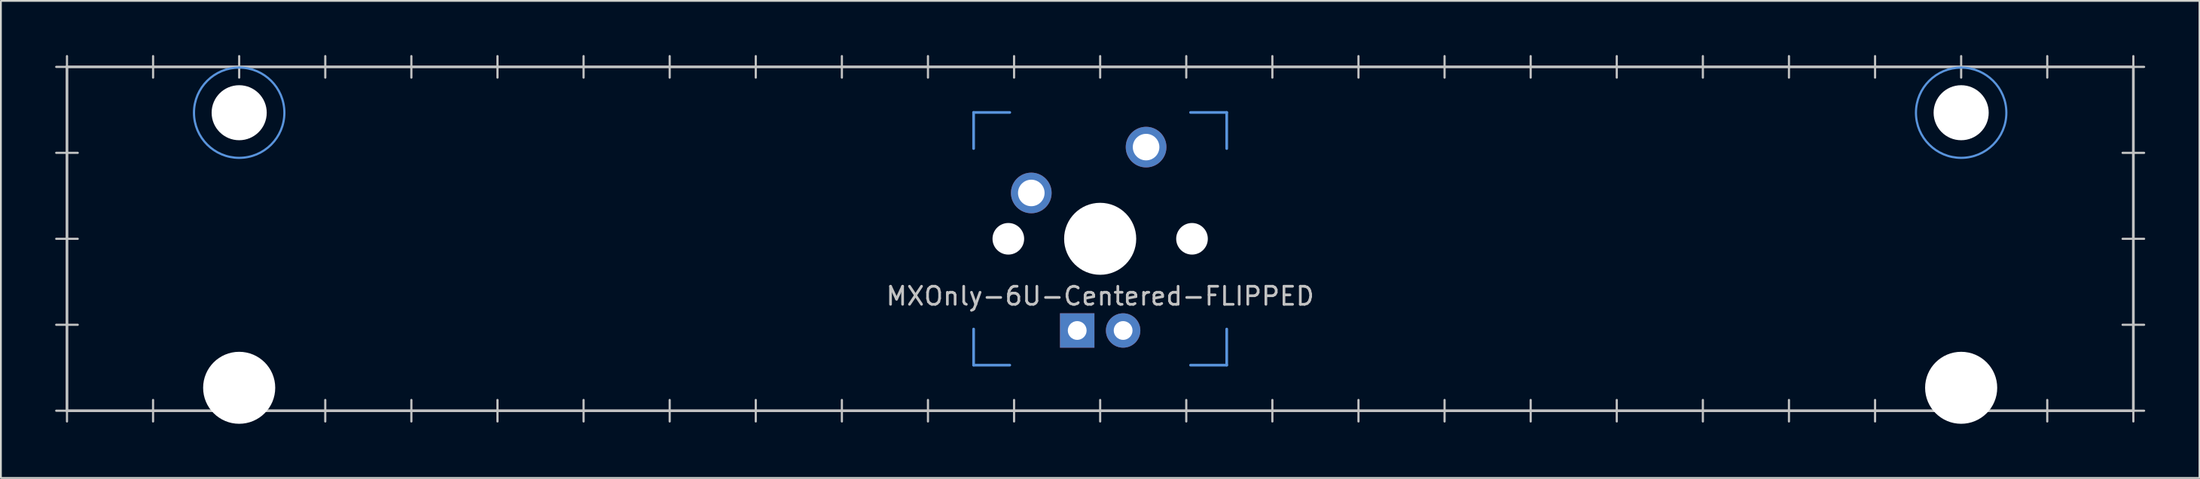
<source format=kicad_pcb>
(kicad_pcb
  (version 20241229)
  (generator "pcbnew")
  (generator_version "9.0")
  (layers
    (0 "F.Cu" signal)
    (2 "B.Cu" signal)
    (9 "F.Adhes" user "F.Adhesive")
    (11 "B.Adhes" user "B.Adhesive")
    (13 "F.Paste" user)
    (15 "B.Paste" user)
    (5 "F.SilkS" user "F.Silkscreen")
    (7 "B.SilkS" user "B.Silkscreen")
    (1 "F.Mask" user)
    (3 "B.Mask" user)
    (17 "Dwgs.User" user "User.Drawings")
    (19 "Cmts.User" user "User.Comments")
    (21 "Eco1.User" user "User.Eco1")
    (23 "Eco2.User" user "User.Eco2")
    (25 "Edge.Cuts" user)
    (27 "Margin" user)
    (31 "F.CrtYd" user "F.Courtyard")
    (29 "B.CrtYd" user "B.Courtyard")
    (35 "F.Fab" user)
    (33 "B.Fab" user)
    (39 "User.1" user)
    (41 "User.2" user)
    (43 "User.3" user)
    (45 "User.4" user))
  (footprint "MXOnly-6U-Centered-FLIPPED"
    (layer "F.Cu")
    (at 57.805 10.18)
    (property "Reference" "MXOnly-6U-Centered-FLIPPED" (at 0 3.175 0) (layer "Dwgs.User") (effects (font (size 1 1) (thickness 0.15))))
    (attr through_hole)
    (fp_line (start -57.745 -9.525) (end -57.15 -9.525) (stroke (width 0.12) (type solid)) (layer "Dwgs.User"))
    (fp_line (start -57.745 0) (end -56.555 0) (stroke (width 0.12) (type solid)) (layer "Dwgs.User"))
    (fp_line (start -57.745 4.763) (end -56.555 4.763) (stroke (width 0.12) (type solid)) (layer "Dwgs.User"))
    (fp_line (start -57.745 9.525) (end -57.15 9.525) (stroke (width 0.12) (type solid)) (layer "Dwgs.User"))
    (fp_line (start -57.15 10.12) (end -57.15 9.525) (stroke (width 0.12) (type solid)) (layer "Dwgs.User"))
    (fp_line (start -57.15 -10.12) (end -57.15 -9.525) (stroke (width 0.12) (type solid)) (layer "Dwgs.User"))
    (fp_line (start -57.15 -9.525) (end 57.15 -9.525) (stroke (width 0.15) (type solid)) (layer "Dwgs.User"))
    (fp_line (start -57.15 9.525) (end -57.15 -9.525) (stroke (width 0.15) (type solid)) (layer "Dwgs.User"))
    (fp_line (start -57.15 9.525) (end 57.15 9.525) (stroke (width 0.15) (type solid)) (layer "Dwgs.User"))
    (fp_line (start -56.555 -4.763) (end -57.745 -4.763) (stroke (width 0.12) (type solid)) (layer "Dwgs.User"))
    (fp_line (start -52.388 8.93) (end -52.388 10.12) (stroke (width 0.12) (type solid)) (layer "Dwgs.User"))
    (fp_line (start -52.387 -10.12) (end -52.387 -8.93) (stroke (width 0.12) (type solid)) (layer "Dwgs.User"))
    (fp_line (start -47.625 8.93) (end -47.625 10.12) (stroke (width 0.12) (type solid)) (layer "Dwgs.User"))
    (fp_line (start -47.625 -10.12) (end -47.625 -8.93) (stroke (width 0.12) (type solid)) (layer "Dwgs.User"))
    (fp_line (start -42.863 10.12) (end -42.863 8.93) (stroke (width 0.12) (type solid)) (layer "Dwgs.User"))
    (fp_line (start -42.862 -8.93) (end -42.862 -10.12) (stroke (width 0.12) (type solid)) (layer "Dwgs.User"))
    (fp_line (start -38.1 8.93) (end -38.1 10.12) (stroke (width 0.12) (type solid)) (layer "Dwgs.User"))
    (fp_line (start -38.1 -10.12) (end -38.1 -8.93) (stroke (width 0.12) (type solid)) (layer "Dwgs.User"))
    (fp_line (start -33.337 10.12) (end -33.337 8.93) (stroke (width 0.12) (type solid)) (layer "Dwgs.User"))
    (fp_line (start -33.337 -8.93) (end -33.337 -10.12) (stroke (width 0.12) (type solid)) (layer "Dwgs.User"))
    (fp_line (start -28.575 8.93) (end -28.575 10.12) (stroke (width 0.12) (type solid)) (layer "Dwgs.User"))
    (fp_line (start -28.575 -10.12) (end -28.575 -8.93) (stroke (width 0.12) (type solid)) (layer "Dwgs.User"))
    (fp_line (start -23.812 10.12) (end -23.812 8.93) (stroke (width 0.12) (type solid)) (layer "Dwgs.User"))
    (fp_line (start -23.812 -8.93) (end -23.812 -10.12) (stroke (width 0.12) (type solid)) (layer "Dwgs.User"))
    (fp_line (start -19.05 8.93) (end -19.05 10.12) (stroke (width 0.12) (type solid)) (layer "Dwgs.User"))
    (fp_line (start -19.05 -10.12) (end -19.05 -8.93) (stroke (width 0.12) (type solid)) (layer "Dwgs.User"))
    (fp_line (start -14.287 10.12) (end -14.287 8.93) (stroke (width 0.12) (type solid)) (layer "Dwgs.User"))
    (fp_line (start -14.287 -8.93) (end -14.287 -10.12) (stroke (width 0.12) (type solid)) (layer "Dwgs.User"))
    (fp_line (start -9.525 8.93) (end -9.525 10.12) (stroke (width 0.12) (type solid)) (layer "Dwgs.User"))
    (fp_line (start -9.525 -10.12) (end -9.525 -8.93) (stroke (width 0.12) (type solid)) (layer "Dwgs.User"))
    (fp_line (start -4.762 10.12) (end -4.762 8.93) (stroke (width 0.12) (type solid)) (layer "Dwgs.User"))
    (fp_line (start -4.762 -8.93) (end -4.762 -10.12) (stroke (width 0.12) (type solid)) (layer "Dwgs.User"))
    (fp_line (start 0.000048 -8.93) (end 0.000048 -10.12) (stroke (width 0.12) (type solid)) (layer "Dwgs.User"))
    (fp_line (start 0.000048 10.12) (end 0.000048 8.93) (stroke (width 0.12) (type solid)) (layer "Dwgs.User"))
    (fp_line (start 4.763 -10.12) (end 4.763 -8.93) (stroke (width 0.12) (type solid)) (layer "Dwgs.User"))
    (fp_line (start 4.763 8.93) (end 4.763 10.12) (stroke (width 0.12) (type solid)) (layer "Dwgs.User"))
    (fp_line (start 9.525 -8.93) (end 9.525 -10.12) (stroke (width 0.12) (type solid)) (layer "Dwgs.User"))
    (fp_line (start 9.525 10.12) (end 9.525 8.93) (stroke (width 0.12) (type solid)) (layer "Dwgs.User"))
    (fp_line (start 14.288 -10.12) (end 14.288 -8.93) (stroke (width 0.12) (type solid)) (layer "Dwgs.User"))
    (fp_line (start 14.288 8.93) (end 14.288 10.12) (stroke (width 0.12) (type solid)) (layer "Dwgs.User"))
    (fp_line (start 19.05 -8.93) (end 19.05 -10.12) (stroke (width 0.12) (type solid)) (layer "Dwgs.User"))
    (fp_line (start 19.05 10.12) (end 19.05 8.93) (stroke (width 0.12) (type solid)) (layer "Dwgs.User"))
    (fp_line (start 23.813 -10.12) (end 23.813 -8.93) (stroke (width 0.12) (type solid)) (layer "Dwgs.User"))
    (fp_line (start 23.813 8.93) (end 23.813 10.12) (stroke (width 0.12) (type solid)) (layer "Dwgs.User"))
    (fp_line (start 28.575 -8.93) (end 28.575 -10.12) (stroke (width 0.12) (type solid)) (layer "Dwgs.User"))
    (fp_line (start 28.575 10.12) (end 28.575 8.93) (stroke (width 0.12) (type solid)) (layer "Dwgs.User"))
    (fp_line (start 33.338 -10.12) (end 33.338 -8.93) (stroke (width 0.12) (type solid)) (layer "Dwgs.User"))
    (fp_line (start 33.338 8.93) (end 33.338 10.12) (stroke (width 0.12) (type solid)) (layer "Dwgs.User"))
    (fp_line (start 38.1 -8.93) (end 38.1 -10.12) (stroke (width 0.12) (type solid)) (layer "Dwgs.User"))
    (fp_line (start 38.1 10.12) (end 38.1 8.93) (stroke (width 0.12) (type solid)) (layer "Dwgs.User"))
    (fp_line (start 42.863 -10.12) (end 42.863 -8.93) (stroke (width 0.12) (type solid)) (layer "Dwgs.User"))
    (fp_line (start 42.863 8.93) (end 42.863 10.12) (stroke (width 0.12) (type solid)) (layer "Dwgs.User"))
    (fp_line (start 47.625 -8.93) (end 47.625 -10.12) (stroke (width 0.12) (type solid)) (layer "Dwgs.User"))
    (fp_line (start 47.625 10.12) (end 47.625 8.93) (stroke (width 0.12) (type solid)) (layer "Dwgs.User"))
    (fp_line (start 52.388 -10.12) (end 52.388 -8.93) (stroke (width 0.12) (type solid)) (layer "Dwgs.User"))
    (fp_line (start 52.388 8.93) (end 52.388 10.12) (stroke (width 0.12) (type solid)) (layer "Dwgs.User"))
    (fp_line (start 56.555 4.763) (end 57.745 4.763) (stroke (width 0.12) (type solid)) (layer "Dwgs.User"))
    (fp_line (start 57.15 -9.525) (end 57.15 9.525) (stroke (width 0.15) (type solid)) (layer "Dwgs.User"))
    (fp_line (start 57.15 10.12) (end 57.15 9.525) (stroke (width 0.12) (type solid)) (layer "Dwgs.User"))
    (fp_line (start 57.15 -10.12) (end 57.15 -9.525) (stroke (width 0.12) (type solid)) (layer "Dwgs.User"))
    (fp_line (start 57.745 -9.525) (end 57.15 -9.525) (stroke (width 0.12) (type solid)) (layer "Dwgs.User"))
    (fp_line (start 57.745 -4.762) (end 56.555 -4.762) (stroke (width 0.12) (type solid)) (layer "Dwgs.User"))
    (fp_line (start 57.745 0.000008) (end 56.555 0.000008) (stroke (width 0.12) (type solid)) (layer "Dwgs.User"))
    (fp_line (start 57.745 9.525) (end 57.15 9.525) (stroke (width 0.12) (type solid)) (layer "Dwgs.User"))
    (fp_line (start -7 -7) (end -7 -5) (stroke (width 0.15) (type solid)) (layer "Cmts.User"))
    (fp_line (start -7 7) (end -7 5) (stroke (width 0.15) (type solid)) (layer "Cmts.User"))
    (fp_line (start -5 -7) (end -7 -7) (stroke (width 0.15) (type solid)) (layer "Cmts.User"))
    (fp_line (start -5 7) (end -7 7) (stroke (width 0.15) (type solid)) (layer "Cmts.User"))
    (fp_line (start 5 -7) (end 7 -7) (stroke (width 0.15) (type solid)) (layer "Cmts.User"))
    (fp_line (start 7 -7) (end 7 -5) (stroke (width 0.15) (type solid)) (layer "Cmts.User"))
    (fp_line (start 7 5) (end 7 7) (stroke (width 0.15) (type solid)) (layer "Cmts.User"))
    (fp_line (start 7 7) (end 5 7) (stroke (width 0.15) (type solid)) (layer "Cmts.User"))
    (fp_circle (center -47.625 -6.985) (end -45.125 -6.985) (stroke (width 0.12) (type solid)) (fill no) (layer "Cmts.User"))
    (fp_circle (center 47.625 -6.985) (end 50.125 -6.985) (stroke (width 0.12) (type solid)) (fill no) (layer "Cmts.User"))
    (pad "" np_thru_hole circle (at -47.625 -6.985) (size 3.048 3.048) (drill 3.048) (layers "*.Cu" "*.Mask"))
    (pad "" np_thru_hole circle (at -47.625 8.255) (size 3.988 3.988) (drill 3.988) (layers "*.Cu" "*.Mask"))
    (pad "" np_thru_hole circle (at -5.08 0 48.1) (size 1.75 1.75) (drill 1.75) (layers "*.Cu" "*.Mask"))
    (pad "" np_thru_hole circle (at 0 0) (size 3.988 3.988) (drill 3.988) (layers "*.Cu" "*.Mask"))
    (pad "" np_thru_hole circle (at 5.08 0 48.1) (size 1.75 1.75) (drill 1.75) (layers "*.Cu" "*.Mask"))
    (pad "" np_thru_hole circle (at 47.625 -6.985) (size 3.048 3.048) (drill 3.048) (layers "*.Cu" "*.Mask"))
    (pad "" np_thru_hole circle (at 47.625 8.255) (size 3.988 3.988) (drill 3.988) (layers "*.Cu" "*.Mask"))
    (pad "1" thru_hole circle (at -3.81 -2.54) (size 2.25 2.25) (drill 1.47) (layers "*.Cu" "B.Mask"))
    (pad "2" thru_hole circle (at 2.54 -5.08) (size 2.25 2.25) (drill 1.47) (layers "*.Cu" "B.Mask"))
    (pad "3" thru_hole circle (at 1.27 5.08) (size 1.905 1.905) (drill 1.04) (layers "*.Cu" "B.Mask"))
    (pad "4" thru_hole rect (at -1.27 5.08) (size 1.905 1.905) (drill 1.04) (layers "*.Cu" "B.Mask")))
  (gr_rect
    (start -3 -3)
    (end 118.611 23.429)
    (stroke (width 0.1) (type default))
    (fill no)
    (layer "Edge.Cuts")))
</source>
